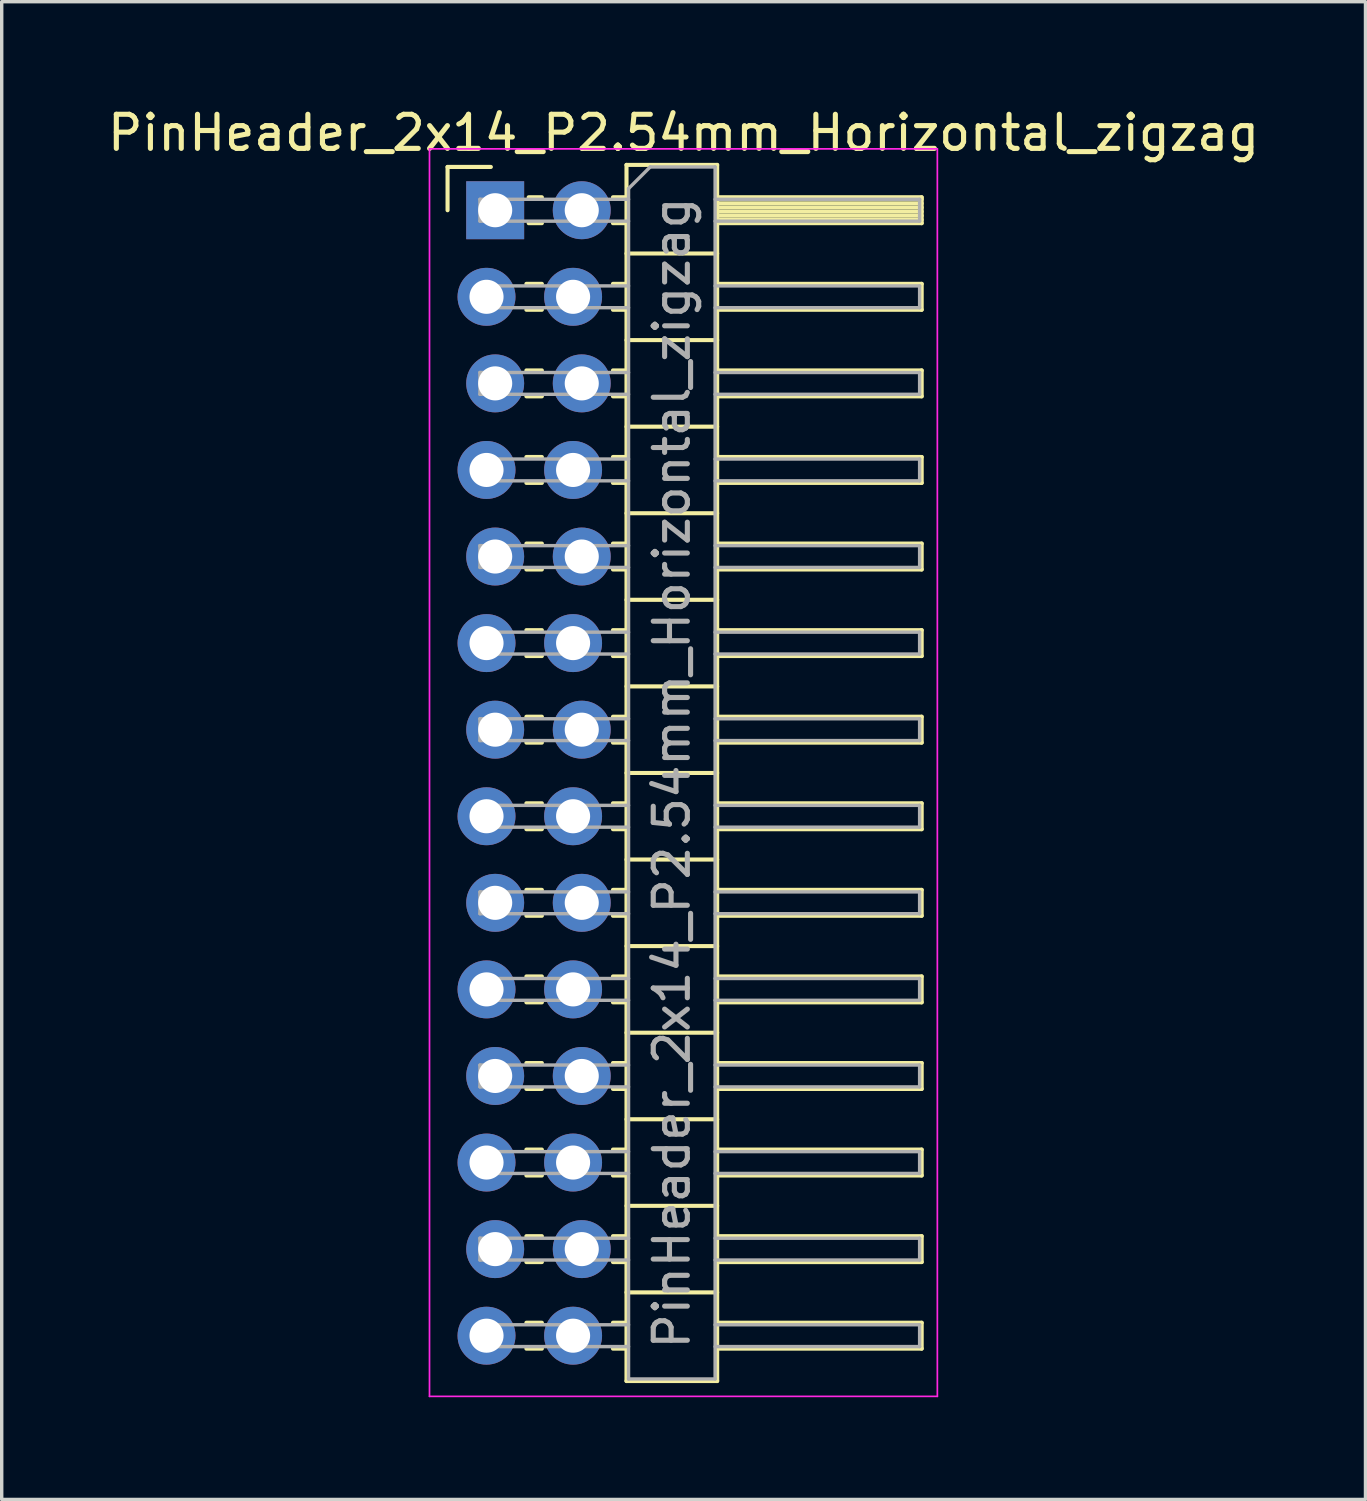
<source format=kicad_pcb>
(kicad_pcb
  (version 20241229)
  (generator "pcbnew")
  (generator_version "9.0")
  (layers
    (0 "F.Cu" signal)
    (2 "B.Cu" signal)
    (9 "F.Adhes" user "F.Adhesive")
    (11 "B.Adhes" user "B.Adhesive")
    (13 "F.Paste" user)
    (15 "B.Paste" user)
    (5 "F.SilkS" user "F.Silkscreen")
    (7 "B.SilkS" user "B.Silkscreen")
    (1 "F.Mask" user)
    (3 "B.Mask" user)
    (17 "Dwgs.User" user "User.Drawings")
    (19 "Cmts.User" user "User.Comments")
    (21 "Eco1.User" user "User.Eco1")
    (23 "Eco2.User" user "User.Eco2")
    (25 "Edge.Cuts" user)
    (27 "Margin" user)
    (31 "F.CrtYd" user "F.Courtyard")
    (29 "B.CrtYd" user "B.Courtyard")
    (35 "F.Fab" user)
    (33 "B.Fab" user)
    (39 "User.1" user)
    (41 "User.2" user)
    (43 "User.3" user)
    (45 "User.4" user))
  (footprint "PinHeader_2x14_P2.54mm_Horizontal_zigzag"
    (layer "F.Cu")
    (at 11.351 3.118)
    (property "Reference" "PinHeader_2x14_P2.54mm_Horizontal_zigzag" (at 5.655 -2.27 0) (layer "F.SilkS") (effects (font (size 1 1) (thickness 0.15))))
    (attr through_hole)
    (fp_line (start -1.27 -1.27) (end 0 -1.27) (stroke (width 0.12) (type solid)) (layer "F.SilkS"))
    (fp_line (start -1.27 0) (end -1.27 -1.27) (stroke (width 0.12) (type solid)) (layer "F.SilkS"))
    (fp_line (start 1.043 2.16) (end 1.497 2.16) (stroke (width 0.12) (type solid)) (layer "F.SilkS"))
    (fp_line (start 1.043 2.92) (end 1.497 2.92) (stroke (width 0.12) (type solid)) (layer "F.SilkS"))
    (fp_line (start 1.043 4.7) (end 1.497 4.7) (stroke (width 0.12) (type solid)) (layer "F.SilkS"))
    (fp_line (start 1.043 5.46) (end 1.497 5.46) (stroke (width 0.12) (type solid)) (layer "F.SilkS"))
    (fp_line (start 1.043 7.24) (end 1.497 7.24) (stroke (width 0.12) (type solid)) (layer "F.SilkS"))
    (fp_line (start 1.043 8) (end 1.497 8) (stroke (width 0.12) (type solid)) (layer "F.SilkS"))
    (fp_line (start 1.043 9.78) (end 1.497 9.78) (stroke (width 0.12) (type solid)) (layer "F.SilkS"))
    (fp_line (start 1.043 10.54) (end 1.497 10.54) (stroke (width 0.12) (type solid)) (layer "F.SilkS"))
    (fp_line (start 1.043 12.32) (end 1.497 12.32) (stroke (width 0.12) (type solid)) (layer "F.SilkS"))
    (fp_line (start 1.043 13.08) (end 1.497 13.08) (stroke (width 0.12) (type solid)) (layer "F.SilkS"))
    (fp_line (start 1.043 14.86) (end 1.497 14.86) (stroke (width 0.12) (type solid)) (layer "F.SilkS"))
    (fp_line (start 1.043 15.62) (end 1.497 15.62) (stroke (width 0.12) (type solid)) (layer "F.SilkS"))
    (fp_line (start 1.043 17.4) (end 1.497 17.4) (stroke (width 0.12) (type solid)) (layer "F.SilkS"))
    (fp_line (start 1.043 18.16) (end 1.497 18.16) (stroke (width 0.12) (type solid)) (layer "F.SilkS"))
    (fp_line (start 1.043 19.94) (end 1.497 19.94) (stroke (width 0.12) (type solid)) (layer "F.SilkS"))
    (fp_line (start 1.043 20.7) (end 1.497 20.7) (stroke (width 0.12) (type solid)) (layer "F.SilkS"))
    (fp_line (start 1.043 22.48) (end 1.497 22.48) (stroke (width 0.12) (type solid)) (layer "F.SilkS"))
    (fp_line (start 1.043 23.24) (end 1.497 23.24) (stroke (width 0.12) (type solid)) (layer "F.SilkS"))
    (fp_line (start 1.043 25.02) (end 1.497 25.02) (stroke (width 0.12) (type solid)) (layer "F.SilkS"))
    (fp_line (start 1.043 25.78) (end 1.497 25.78) (stroke (width 0.12) (type solid)) (layer "F.SilkS"))
    (fp_line (start 1.043 27.56) (end 1.497 27.56) (stroke (width 0.12) (type solid)) (layer "F.SilkS"))
    (fp_line (start 1.043 28.32) (end 1.497 28.32) (stroke (width 0.12) (type solid)) (layer "F.SilkS"))
    (fp_line (start 1.043 30.1) (end 1.497 30.1) (stroke (width 0.12) (type solid)) (layer "F.SilkS"))
    (fp_line (start 1.043 30.86) (end 1.497 30.86) (stroke (width 0.12) (type solid)) (layer "F.SilkS"))
    (fp_line (start 1.043 32.64) (end 1.497 32.64) (stroke (width 0.12) (type solid)) (layer "F.SilkS"))
    (fp_line (start 1.043 33.4) (end 1.497 33.4) (stroke (width 0.12) (type solid)) (layer "F.SilkS"))
    (fp_line (start 1.11 -0.38) (end 1.497 -0.38) (stroke (width 0.12) (type solid)) (layer "F.SilkS"))
    (fp_line (start 1.11 0.38) (end 1.497 0.38) (stroke (width 0.12) (type solid)) (layer "F.SilkS"))
    (fp_line (start 3.583 -0.38) (end 3.98 -0.38) (stroke (width 0.12) (type solid)) (layer "F.SilkS"))
    (fp_line (start 3.583 0.38) (end 3.98 0.38) (stroke (width 0.12) (type solid)) (layer "F.SilkS"))
    (fp_line (start 3.583 2.16) (end 3.98 2.16) (stroke (width 0.12) (type solid)) (layer "F.SilkS"))
    (fp_line (start 3.583 2.92) (end 3.98 2.92) (stroke (width 0.12) (type solid)) (layer "F.SilkS"))
    (fp_line (start 3.583 4.7) (end 3.98 4.7) (stroke (width 0.12) (type solid)) (layer "F.SilkS"))
    (fp_line (start 3.583 5.46) (end 3.98 5.46) (stroke (width 0.12) (type solid)) (layer "F.SilkS"))
    (fp_line (start 3.583 7.24) (end 3.98 7.24) (stroke (width 0.12) (type solid)) (layer "F.SilkS"))
    (fp_line (start 3.583 8) (end 3.98 8) (stroke (width 0.12) (type solid)) (layer "F.SilkS"))
    (fp_line (start 3.583 9.78) (end 3.98 9.78) (stroke (width 0.12) (type solid)) (layer "F.SilkS"))
    (fp_line (start 3.583 10.54) (end 3.98 10.54) (stroke (width 0.12) (type solid)) (layer "F.SilkS"))
    (fp_line (start 3.583 12.32) (end 3.98 12.32) (stroke (width 0.12) (type solid)) (layer "F.SilkS"))
    (fp_line (start 3.583 13.08) (end 3.98 13.08) (stroke (width 0.12) (type solid)) (layer "F.SilkS"))
    (fp_line (start 3.583 14.86) (end 3.98 14.86) (stroke (width 0.12) (type solid)) (layer "F.SilkS"))
    (fp_line (start 3.583 15.62) (end 3.98 15.62) (stroke (width 0.12) (type solid)) (layer "F.SilkS"))
    (fp_line (start 3.583 17.4) (end 3.98 17.4) (stroke (width 0.12) (type solid)) (layer "F.SilkS"))
    (fp_line (start 3.583 18.16) (end 3.98 18.16) (stroke (width 0.12) (type solid)) (layer "F.SilkS"))
    (fp_line (start 3.583 19.94) (end 3.98 19.94) (stroke (width 0.12) (type solid)) (layer "F.SilkS"))
    (fp_line (start 3.583 20.7) (end 3.98 20.7) (stroke (width 0.12) (type solid)) (layer "F.SilkS"))
    (fp_line (start 3.583 22.48) (end 3.98 22.48) (stroke (width 0.12) (type solid)) (layer "F.SilkS"))
    (fp_line (start 3.583 23.24) (end 3.98 23.24) (stroke (width 0.12) (type solid)) (layer "F.SilkS"))
    (fp_line (start 3.583 25.02) (end 3.98 25.02) (stroke (width 0.12) (type solid)) (layer "F.SilkS"))
    (fp_line (start 3.583 25.78) (end 3.98 25.78) (stroke (width 0.12) (type solid)) (layer "F.SilkS"))
    (fp_line (start 3.583 27.56) (end 3.98 27.56) (stroke (width 0.12) (type solid)) (layer "F.SilkS"))
    (fp_line (start 3.583 28.32) (end 3.98 28.32) (stroke (width 0.12) (type solid)) (layer "F.SilkS"))
    (fp_line (start 3.583 30.1) (end 3.98 30.1) (stroke (width 0.12) (type solid)) (layer "F.SilkS"))
    (fp_line (start 3.583 30.86) (end 3.98 30.86) (stroke (width 0.12) (type solid)) (layer "F.SilkS"))
    (fp_line (start 3.583 32.64) (end 3.98 32.64) (stroke (width 0.12) (type solid)) (layer "F.SilkS"))
    (fp_line (start 3.583 33.4) (end 3.98 33.4) (stroke (width 0.12) (type solid)) (layer "F.SilkS"))
    (fp_line (start 3.98 -1.33) (end 3.98 34.35) (stroke (width 0.12) (type solid)) (layer "F.SilkS"))
    (fp_line (start 3.98 1.27) (end 6.64 1.27) (stroke (width 0.12) (type solid)) (layer "F.SilkS"))
    (fp_line (start 3.98 3.81) (end 6.64 3.81) (stroke (width 0.12) (type solid)) (layer "F.SilkS"))
    (fp_line (start 3.98 6.35) (end 6.64 6.35) (stroke (width 0.12) (type solid)) (layer "F.SilkS"))
    (fp_line (start 3.98 8.89) (end 6.64 8.89) (stroke (width 0.12) (type solid)) (layer "F.SilkS"))
    (fp_line (start 3.98 11.43) (end 6.64 11.43) (stroke (width 0.12) (type solid)) (layer "F.SilkS"))
    (fp_line (start 3.98 13.97) (end 6.64 13.97) (stroke (width 0.12) (type solid)) (layer "F.SilkS"))
    (fp_line (start 3.98 16.51) (end 6.64 16.51) (stroke (width 0.12) (type solid)) (layer "F.SilkS"))
    (fp_line (start 3.98 19.05) (end 6.64 19.05) (stroke (width 0.12) (type solid)) (layer "F.SilkS"))
    (fp_line (start 3.98 21.59) (end 6.64 21.59) (stroke (width 0.12) (type solid)) (layer "F.SilkS"))
    (fp_line (start 3.98 24.13) (end 6.64 24.13) (stroke (width 0.12) (type solid)) (layer "F.SilkS"))
    (fp_line (start 3.98 26.67) (end 6.64 26.67) (stroke (width 0.12) (type solid)) (layer "F.SilkS"))
    (fp_line (start 3.98 29.21) (end 6.64 29.21) (stroke (width 0.12) (type solid)) (layer "F.SilkS"))
    (fp_line (start 3.98 31.75) (end 6.64 31.75) (stroke (width 0.12) (type solid)) (layer "F.SilkS"))
    (fp_line (start 3.98 34.35) (end 6.64 34.35) (stroke (width 0.12) (type solid)) (layer "F.SilkS"))
    (fp_line (start 6.64 -1.33) (end 3.98 -1.33) (stroke (width 0.12) (type solid)) (layer "F.SilkS"))
    (fp_line (start 6.64 -0.38) (end 12.64 -0.38) (stroke (width 0.12) (type solid)) (layer "F.SilkS"))
    (fp_line (start 6.64 -0.32) (end 12.64 -0.32) (stroke (width 0.12) (type solid)) (layer "F.SilkS"))
    (fp_line (start 6.64 -0.2) (end 12.64 -0.2) (stroke (width 0.12) (type solid)) (layer "F.SilkS"))
    (fp_line (start 6.64 -0.08) (end 12.64 -0.08) (stroke (width 0.12) (type solid)) (layer "F.SilkS"))
    (fp_line (start 6.64 0.04) (end 12.64 0.04) (stroke (width 0.12) (type solid)) (layer "F.SilkS"))
    (fp_line (start 6.64 0.16) (end 12.64 0.16) (stroke (width 0.12) (type solid)) (layer "F.SilkS"))
    (fp_line (start 6.64 0.28) (end 12.64 0.28) (stroke (width 0.12) (type solid)) (layer "F.SilkS"))
    (fp_line (start 6.64 2.16) (end 12.64 2.16) (stroke (width 0.12) (type solid)) (layer "F.SilkS"))
    (fp_line (start 6.64 4.7) (end 12.64 4.7) (stroke (width 0.12) (type solid)) (layer "F.SilkS"))
    (fp_line (start 6.64 7.24) (end 12.64 7.24) (stroke (width 0.12) (type solid)) (layer "F.SilkS"))
    (fp_line (start 6.64 9.78) (end 12.64 9.78) (stroke (width 0.12) (type solid)) (layer "F.SilkS"))
    (fp_line (start 6.64 12.32) (end 12.64 12.32) (stroke (width 0.12) (type solid)) (layer "F.SilkS"))
    (fp_line (start 6.64 14.86) (end 12.64 14.86) (stroke (width 0.12) (type solid)) (layer "F.SilkS"))
    (fp_line (start 6.64 17.4) (end 12.64 17.4) (stroke (width 0.12) (type solid)) (layer "F.SilkS"))
    (fp_line (start 6.64 19.94) (end 12.64 19.94) (stroke (width 0.12) (type solid)) (layer "F.SilkS"))
    (fp_line (start 6.64 22.48) (end 12.64 22.48) (stroke (width 0.12) (type solid)) (layer "F.SilkS"))
    (fp_line (start 6.64 25.02) (end 12.64 25.02) (stroke (width 0.12) (type solid)) (layer "F.SilkS"))
    (fp_line (start 6.64 27.56) (end 12.64 27.56) (stroke (width 0.12) (type solid)) (layer "F.SilkS"))
    (fp_line (start 6.64 30.1) (end 12.64 30.1) (stroke (width 0.12) (type solid)) (layer "F.SilkS"))
    (fp_line (start 6.64 32.64) (end 12.64 32.64) (stroke (width 0.12) (type solid)) (layer "F.SilkS"))
    (fp_line (start 6.64 34.35) (end 6.64 -1.33) (stroke (width 0.12) (type solid)) (layer "F.SilkS"))
    (fp_line (start 12.64 -0.38) (end 12.64 0.38) (stroke (width 0.12) (type solid)) (layer "F.SilkS"))
    (fp_line (start 12.64 0.38) (end 6.64 0.38) (stroke (width 0.12) (type solid)) (layer "F.SilkS"))
    (fp_line (start 12.64 2.16) (end 12.64 2.92) (stroke (width 0.12) (type solid)) (layer "F.SilkS"))
    (fp_line (start 12.64 2.92) (end 6.64 2.92) (stroke (width 0.12) (type solid)) (layer "F.SilkS"))
    (fp_line (start 12.64 4.7) (end 12.64 5.46) (stroke (width 0.12) (type solid)) (layer "F.SilkS"))
    (fp_line (start 12.64 5.46) (end 6.64 5.46) (stroke (width 0.12) (type solid)) (layer "F.SilkS"))
    (fp_line (start 12.64 7.24) (end 12.64 8) (stroke (width 0.12) (type solid)) (layer "F.SilkS"))
    (fp_line (start 12.64 8) (end 6.64 8) (stroke (width 0.12) (type solid)) (layer "F.SilkS"))
    (fp_line (start 12.64 9.78) (end 12.64 10.54) (stroke (width 0.12) (type solid)) (layer "F.SilkS"))
    (fp_line (start 12.64 10.54) (end 6.64 10.54) (stroke (width 0.12) (type solid)) (layer "F.SilkS"))
    (fp_line (start 12.64 12.32) (end 12.64 13.08) (stroke (width 0.12) (type solid)) (layer "F.SilkS"))
    (fp_line (start 12.64 13.08) (end 6.64 13.08) (stroke (width 0.12) (type solid)) (layer "F.SilkS"))
    (fp_line (start 12.64 14.86) (end 12.64 15.62) (stroke (width 0.12) (type solid)) (layer "F.SilkS"))
    (fp_line (start 12.64 15.62) (end 6.64 15.62) (stroke (width 0.12) (type solid)) (layer "F.SilkS"))
    (fp_line (start 12.64 17.4) (end 12.64 18.16) (stroke (width 0.12) (type solid)) (layer "F.SilkS"))
    (fp_line (start 12.64 18.16) (end 6.64 18.16) (stroke (width 0.12) (type solid)) (layer "F.SilkS"))
    (fp_line (start 12.64 19.94) (end 12.64 20.7) (stroke (width 0.12) (type solid)) (layer "F.SilkS"))
    (fp_line (start 12.64 20.7) (end 6.64 20.7) (stroke (width 0.12) (type solid)) (layer "F.SilkS"))
    (fp_line (start 12.64 22.48) (end 12.64 23.24) (stroke (width 0.12) (type solid)) (layer "F.SilkS"))
    (fp_line (start 12.64 23.24) (end 6.64 23.24) (stroke (width 0.12) (type solid)) (layer "F.SilkS"))
    (fp_line (start 12.64 25.02) (end 12.64 25.78) (stroke (width 0.12) (type solid)) (layer "F.SilkS"))
    (fp_line (start 12.64 25.78) (end 6.64 25.78) (stroke (width 0.12) (type solid)) (layer "F.SilkS"))
    (fp_line (start 12.64 27.56) (end 12.64 28.32) (stroke (width 0.12) (type solid)) (layer "F.SilkS"))
    (fp_line (start 12.64 28.32) (end 6.64 28.32) (stroke (width 0.12) (type solid)) (layer "F.SilkS"))
    (fp_line (start 12.64 30.1) (end 12.64 30.86) (stroke (width 0.12) (type solid)) (layer "F.SilkS"))
    (fp_line (start 12.64 30.86) (end 6.64 30.86) (stroke (width 0.12) (type solid)) (layer "F.SilkS"))
    (fp_line (start 12.64 32.64) (end 12.64 33.4) (stroke (width 0.12) (type solid)) (layer "F.SilkS"))
    (fp_line (start 12.64 33.4) (end 6.64 33.4) (stroke (width 0.12) (type solid)) (layer "F.SilkS"))
    (fp_line (start -1.8 -1.8) (end -1.8 34.8) (stroke (width 0.05) (type solid)) (layer "F.CrtYd"))
    (fp_line (start -1.8 34.8) (end 13.1 34.8) (stroke (width 0.05) (type solid)) (layer "F.CrtYd"))
    (fp_line (start 13.1 -1.8) (end -1.8 -1.8) (stroke (width 0.05) (type solid)) (layer "F.CrtYd"))
    (fp_line (start 13.1 34.8) (end 13.1 -1.8) (stroke (width 0.05) (type solid)) (layer "F.CrtYd"))
    (fp_line (start -0.32 -0.32) (end -0.32 0.32) (stroke (width 0.1) (type solid)) (layer "F.Fab"))
    (fp_line (start -0.32 -0.32) (end 4.04 -0.32) (stroke (width 0.1) (type solid)) (layer "F.Fab"))
    (fp_line (start -0.32 0.32) (end 4.04 0.32) (stroke (width 0.1) (type solid)) (layer "F.Fab"))
    (fp_line (start -0.32 2.22) (end -0.32 2.86) (stroke (width 0.1) (type solid)) (layer "F.Fab"))
    (fp_line (start -0.32 2.22) (end 4.04 2.22) (stroke (width 0.1) (type solid)) (layer "F.Fab"))
    (fp_line (start -0.32 2.86) (end 4.04 2.86) (stroke (width 0.1) (type solid)) (layer "F.Fab"))
    (fp_line (start -0.32 4.76) (end -0.32 5.4) (stroke (width 0.1) (type solid)) (layer "F.Fab"))
    (fp_line (start -0.32 4.76) (end 4.04 4.76) (stroke (width 0.1) (type solid)) (layer "F.Fab"))
    (fp_line (start -0.32 5.4) (end 4.04 5.4) (stroke (width 0.1) (type solid)) (layer "F.Fab"))
    (fp_line (start -0.32 7.3) (end -0.32 7.94) (stroke (width 0.1) (type solid)) (layer "F.Fab"))
    (fp_line (start -0.32 7.3) (end 4.04 7.3) (stroke (width 0.1) (type solid)) (layer "F.Fab"))
    (fp_line (start -0.32 7.94) (end 4.04 7.94) (stroke (width 0.1) (type solid)) (layer "F.Fab"))
    (fp_line (start -0.32 9.84) (end -0.32 10.48) (stroke (width 0.1) (type solid)) (layer "F.Fab"))
    (fp_line (start -0.32 9.84) (end 4.04 9.84) (stroke (width 0.1) (type solid)) (layer "F.Fab"))
    (fp_line (start -0.32 10.48) (end 4.04 10.48) (stroke (width 0.1) (type solid)) (layer "F.Fab"))
    (fp_line (start -0.32 12.38) (end -0.32 13.02) (stroke (width 0.1) (type solid)) (layer "F.Fab"))
    (fp_line (start -0.32 12.38) (end 4.04 12.38) (stroke (width 0.1) (type solid)) (layer "F.Fab"))
    (fp_line (start -0.32 13.02) (end 4.04 13.02) (stroke (width 0.1) (type solid)) (layer "F.Fab"))
    (fp_line (start -0.32 14.92) (end -0.32 15.56) (stroke (width 0.1) (type solid)) (layer "F.Fab"))
    (fp_line (start -0.32 14.92) (end 4.04 14.92) (stroke (width 0.1) (type solid)) (layer "F.Fab"))
    (fp_line (start -0.32 15.56) (end 4.04 15.56) (stroke (width 0.1) (type solid)) (layer "F.Fab"))
    (fp_line (start -0.32 17.46) (end -0.32 18.1) (stroke (width 0.1) (type solid)) (layer "F.Fab"))
    (fp_line (start -0.32 17.46) (end 4.04 17.46) (stroke (width 0.1) (type solid)) (layer "F.Fab"))
    (fp_line (start -0.32 18.1) (end 4.04 18.1) (stroke (width 0.1) (type solid)) (layer "F.Fab"))
    (fp_line (start -0.32 20) (end -0.32 20.64) (stroke (width 0.1) (type solid)) (layer "F.Fab"))
    (fp_line (start -0.32 20) (end 4.04 20) (stroke (width 0.1) (type solid)) (layer "F.Fab"))
    (fp_line (start -0.32 20.64) (end 4.04 20.64) (stroke (width 0.1) (type solid)) (layer "F.Fab"))
    (fp_line (start -0.32 22.54) (end -0.32 23.18) (stroke (width 0.1) (type solid)) (layer "F.Fab"))
    (fp_line (start -0.32 22.54) (end 4.04 22.54) (stroke (width 0.1) (type solid)) (layer "F.Fab"))
    (fp_line (start -0.32 23.18) (end 4.04 23.18) (stroke (width 0.1) (type solid)) (layer "F.Fab"))
    (fp_line (start -0.32 25.08) (end -0.32 25.72) (stroke (width 0.1) (type solid)) (layer "F.Fab"))
    (fp_line (start -0.32 25.08) (end 4.04 25.08) (stroke (width 0.1) (type solid)) (layer "F.Fab"))
    (fp_line (start -0.32 25.72) (end 4.04 25.72) (stroke (width 0.1) (type solid)) (layer "F.Fab"))
    (fp_line (start -0.32 27.62) (end -0.32 28.26) (stroke (width 0.1) (type solid)) (layer "F.Fab"))
    (fp_line (start -0.32 27.62) (end 4.04 27.62) (stroke (width 0.1) (type solid)) (layer "F.Fab"))
    (fp_line (start -0.32 28.26) (end 4.04 28.26) (stroke (width 0.1) (type solid)) (layer "F.Fab"))
    (fp_line (start -0.32 30.16) (end -0.32 30.8) (stroke (width 0.1) (type solid)) (layer "F.Fab"))
    (fp_line (start -0.32 30.16) (end 4.04 30.16) (stroke (width 0.1) (type solid)) (layer "F.Fab"))
    (fp_line (start -0.32 30.8) (end 4.04 30.8) (stroke (width 0.1) (type solid)) (layer "F.Fab"))
    (fp_line (start -0.32 32.7) (end -0.32 33.34) (stroke (width 0.1) (type solid)) (layer "F.Fab"))
    (fp_line (start -0.32 32.7) (end 4.04 32.7) (stroke (width 0.1) (type solid)) (layer "F.Fab"))
    (fp_line (start -0.32 33.34) (end 4.04 33.34) (stroke (width 0.1) (type solid)) (layer "F.Fab"))
    (fp_line (start 4.04 -0.635) (end 4.675 -1.27) (stroke (width 0.1) (type solid)) (layer "F.Fab"))
    (fp_line (start 4.04 34.29) (end 4.04 -0.635) (stroke (width 0.1) (type solid)) (layer "F.Fab"))
    (fp_line (start 4.675 -1.27) (end 6.58 -1.27) (stroke (width 0.1) (type solid)) (layer "F.Fab"))
    (fp_line (start 6.58 -1.27) (end 6.58 34.29) (stroke (width 0.1) (type solid)) (layer "F.Fab"))
    (fp_line (start 6.58 -0.32) (end 12.58 -0.32) (stroke (width 0.1) (type solid)) (layer "F.Fab"))
    (fp_line (start 6.58 0.32) (end 12.58 0.32) (stroke (width 0.1) (type solid)) (layer "F.Fab"))
    (fp_line (start 6.58 2.22) (end 12.58 2.22) (stroke (width 0.1) (type solid)) (layer "F.Fab"))
    (fp_line (start 6.58 2.86) (end 12.58 2.86) (stroke (width 0.1) (type solid)) (layer "F.Fab"))
    (fp_line (start 6.58 4.76) (end 12.58 4.76) (stroke (width 0.1) (type solid)) (layer "F.Fab"))
    (fp_line (start 6.58 5.4) (end 12.58 5.4) (stroke (width 0.1) (type solid)) (layer "F.Fab"))
    (fp_line (start 6.58 7.3) (end 12.58 7.3) (stroke (width 0.1) (type solid)) (layer "F.Fab"))
    (fp_line (start 6.58 7.94) (end 12.58 7.94) (stroke (width 0.1) (type solid)) (layer "F.Fab"))
    (fp_line (start 6.58 9.84) (end 12.58 9.84) (stroke (width 0.1) (type solid)) (layer "F.Fab"))
    (fp_line (start 6.58 10.48) (end 12.58 10.48) (stroke (width 0.1) (type solid)) (layer "F.Fab"))
    (fp_line (start 6.58 12.38) (end 12.58 12.38) (stroke (width 0.1) (type solid)) (layer "F.Fab"))
    (fp_line (start 6.58 13.02) (end 12.58 13.02) (stroke (width 0.1) (type solid)) (layer "F.Fab"))
    (fp_line (start 6.58 14.92) (end 12.58 14.92) (stroke (width 0.1) (type solid)) (layer "F.Fab"))
    (fp_line (start 6.58 15.56) (end 12.58 15.56) (stroke (width 0.1) (type solid)) (layer "F.Fab"))
    (fp_line (start 6.58 17.46) (end 12.58 17.46) (stroke (width 0.1) (type solid)) (layer "F.Fab"))
    (fp_line (start 6.58 18.1) (end 12.58 18.1) (stroke (width 0.1) (type solid)) (layer "F.Fab"))
    (fp_line (start 6.58 20) (end 12.58 20) (stroke (width 0.1) (type solid)) (layer "F.Fab"))
    (fp_line (start 6.58 20.64) (end 12.58 20.64) (stroke (width 0.1) (type solid)) (layer "F.Fab"))
    (fp_line (start 6.58 22.54) (end 12.58 22.54) (stroke (width 0.1) (type solid)) (layer "F.Fab"))
    (fp_line (start 6.58 23.18) (end 12.58 23.18) (stroke (width 0.1) (type solid)) (layer "F.Fab"))
    (fp_line (start 6.58 25.08) (end 12.58 25.08) (stroke (width 0.1) (type solid)) (layer "F.Fab"))
    (fp_line (start 6.58 25.72) (end 12.58 25.72) (stroke (width 0.1) (type solid)) (layer "F.Fab"))
    (fp_line (start 6.58 27.62) (end 12.58 27.62) (stroke (width 0.1) (type solid)) (layer "F.Fab"))
    (fp_line (start 6.58 28.26) (end 12.58 28.26) (stroke (width 0.1) (type solid)) (layer "F.Fab"))
    (fp_line (start 6.58 30.16) (end 12.58 30.16) (stroke (width 0.1) (type solid)) (layer "F.Fab"))
    (fp_line (start 6.58 30.8) (end 12.58 30.8) (stroke (width 0.1) (type solid)) (layer "F.Fab"))
    (fp_line (start 6.58 32.7) (end 12.58 32.7) (stroke (width 0.1) (type solid)) (layer "F.Fab"))
    (fp_line (start 6.58 33.34) (end 12.58 33.34) (stroke (width 0.1) (type solid)) (layer "F.Fab"))
    (fp_line (start 6.58 34.29) (end 4.04 34.29) (stroke (width 0.1) (type solid)) (layer "F.Fab"))
    (fp_line (start 12.58 -0.32) (end 12.58 0.32) (stroke (width 0.1) (type solid)) (layer "F.Fab"))
    (fp_line (start 12.58 2.22) (end 12.58 2.86) (stroke (width 0.1) (type solid)) (layer "F.Fab"))
    (fp_line (start 12.58 4.76) (end 12.58 5.4) (stroke (width 0.1) (type solid)) (layer "F.Fab"))
    (fp_line (start 12.58 7.3) (end 12.58 7.94) (stroke (width 0.1) (type solid)) (layer "F.Fab"))
    (fp_line (start 12.58 9.84) (end 12.58 10.48) (stroke (width 0.1) (type solid)) (layer "F.Fab"))
    (fp_line (start 12.58 12.38) (end 12.58 13.02) (stroke (width 0.1) (type solid)) (layer "F.Fab"))
    (fp_line (start 12.58 14.92) (end 12.58 15.56) (stroke (width 0.1) (type solid)) (layer "F.Fab"))
    (fp_line (start 12.58 17.46) (end 12.58 18.1) (stroke (width 0.1) (type solid)) (layer "F.Fab"))
    (fp_line (start 12.58 20) (end 12.58 20.64) (stroke (width 0.1) (type solid)) (layer "F.Fab"))
    (fp_line (start 12.58 22.54) (end 12.58 23.18) (stroke (width 0.1) (type solid)) (layer "F.Fab"))
    (fp_line (start 12.58 25.08) (end 12.58 25.72) (stroke (width 0.1) (type solid)) (layer "F.Fab"))
    (fp_line (start 12.58 27.62) (end 12.58 28.26) (stroke (width 0.1) (type solid)) (layer "F.Fab"))
    (fp_line (start 12.58 30.16) (end 12.58 30.8) (stroke (width 0.1) (type solid)) (layer "F.Fab"))
    (fp_line (start 12.58 32.7) (end 12.58 33.34) (stroke (width 0.1) (type solid)) (layer "F.Fab"))
    (fp_text user "${REFERENCE}" (at 5.31 16.51 90) (layer "F.Fab") (effects (font (size 1 1) (thickness 0.15))))
    (pad "1" thru_hole rect (at 0.127 0) (size 1.7 1.7) (drill 1) (layers "*.Cu" "*.Mask"))
    (pad "2" thru_hole oval (at 2.667 0) (size 1.7 1.7) (drill 1) (layers "*.Cu" "*.Mask"))
    (pad "3" thru_hole oval (at -0.127 2.54) (size 1.7 1.7) (drill 1) (layers "*.Cu" "*.Mask"))
    (pad "4" thru_hole oval (at 2.413 2.54) (size 1.7 1.7) (drill 1) (layers "*.Cu" "*.Mask"))
    (pad "5" thru_hole oval (at 0.127 5.08) (size 1.7 1.7) (drill 1) (layers "*.Cu" "*.Mask"))
    (pad "6" thru_hole oval (at 2.667 5.08) (size 1.7 1.7) (drill 1) (layers "*.Cu" "*.Mask"))
    (pad "7" thru_hole oval (at -0.127 7.62) (size 1.7 1.7) (drill 1) (layers "*.Cu" "*.Mask"))
    (pad "8" thru_hole oval (at 2.413 7.62) (size 1.7 1.7) (drill 1) (layers "*.Cu" "*.Mask"))
    (pad "9" thru_hole oval (at 0.127 10.16) (size 1.7 1.7) (drill 1) (layers "*.Cu" "*.Mask"))
    (pad "10" thru_hole oval (at 2.667 10.16) (size 1.7 1.7) (drill 1) (layers "*.Cu" "*.Mask"))
    (pad "11" thru_hole oval (at -0.127 12.7) (size 1.7 1.7) (drill 1) (layers "*.Cu" "*.Mask"))
    (pad "12" thru_hole oval (at 2.413 12.7) (size 1.7 1.7) (drill 1) (layers "*.Cu" "*.Mask"))
    (pad "13" thru_hole oval (at 0.127 15.24) (size 1.7 1.7) (drill 1) (layers "*.Cu" "*.Mask"))
    (pad "14" thru_hole oval (at 2.667 15.24) (size 1.7 1.7) (drill 1) (layers "*.Cu" "*.Mask"))
    (pad "15" thru_hole oval (at -0.127 17.78) (size 1.7 1.7) (drill 1) (layers "*.Cu" "*.Mask"))
    (pad "16" thru_hole oval (at 2.413 17.78) (size 1.7 1.7) (drill 1) (layers "*.Cu" "*.Mask"))
    (pad "17" thru_hole oval (at 0.127 20.32) (size 1.7 1.7) (drill 1) (layers "*.Cu" "*.Mask"))
    (pad "18" thru_hole oval (at 2.667 20.32) (size 1.7 1.7) (drill 1) (layers "*.Cu" "*.Mask"))
    (pad "19" thru_hole oval (at -0.127 22.86) (size 1.7 1.7) (drill 1) (layers "*.Cu" "*.Mask"))
    (pad "20" thru_hole oval (at 2.413 22.86) (size 1.7 1.7) (drill 1) (layers "*.Cu" "*.Mask"))
    (pad "21" thru_hole oval (at 0.127 25.4) (size 1.7 1.7) (drill 1) (layers "*.Cu" "*.Mask"))
    (pad "22" thru_hole oval (at 2.667 25.4) (size 1.7 1.7) (drill 1) (layers "*.Cu" "*.Mask"))
    (pad "23" thru_hole oval (at -0.127 27.94) (size 1.7 1.7) (drill 1) (layers "*.Cu" "*.Mask"))
    (pad "24" thru_hole oval (at 2.413 27.94) (size 1.7 1.7) (drill 1) (layers "*.Cu" "*.Mask"))
    (pad "25" thru_hole oval (at 0.127 30.48) (size 1.7 1.7) (drill 1) (layers "*.Cu" "*.Mask"))
    (pad "26" thru_hole oval (at 2.667 30.48) (size 1.7 1.7) (drill 1) (layers "*.Cu" "*.Mask"))
    (pad "27" thru_hole oval (at -0.127 33.02) (size 1.7 1.7) (drill 1) (layers "*.Cu" "*.Mask"))
    (pad "28" thru_hole oval (at 2.413 33.02) (size 1.7 1.7) (drill 1) (layers "*.Cu" "*.Mask")))
  (gr_rect
    (start -3 -3)
    (end 37.012 40.943)
    (stroke (width 0.1) (type default))
    (fill no)
    (layer "Edge.Cuts")))
</source>
